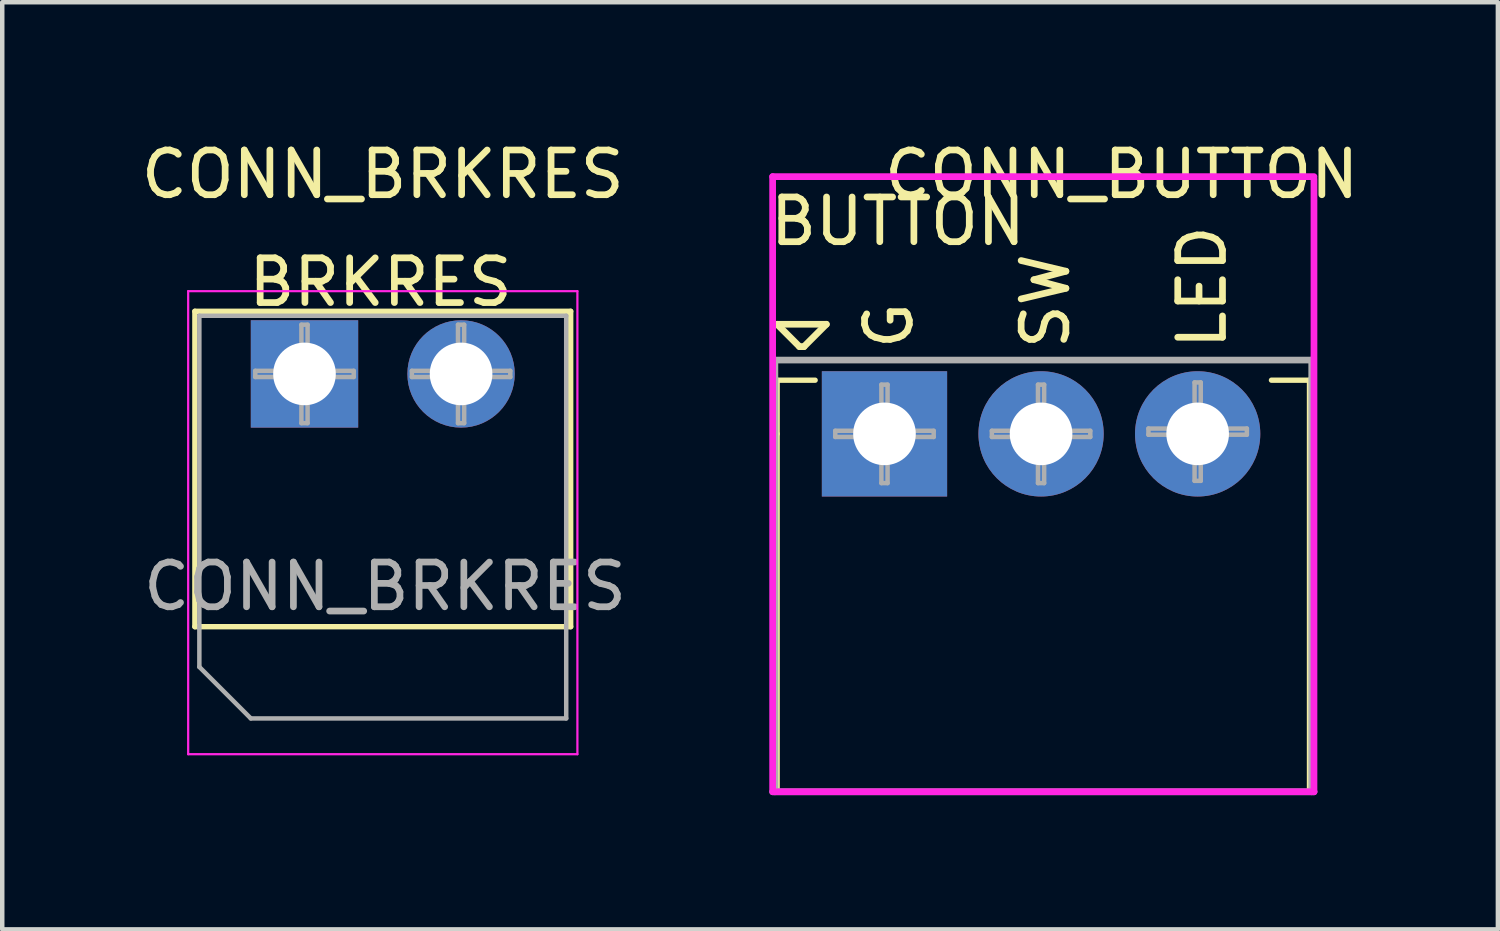
<source format=kicad_pcb>
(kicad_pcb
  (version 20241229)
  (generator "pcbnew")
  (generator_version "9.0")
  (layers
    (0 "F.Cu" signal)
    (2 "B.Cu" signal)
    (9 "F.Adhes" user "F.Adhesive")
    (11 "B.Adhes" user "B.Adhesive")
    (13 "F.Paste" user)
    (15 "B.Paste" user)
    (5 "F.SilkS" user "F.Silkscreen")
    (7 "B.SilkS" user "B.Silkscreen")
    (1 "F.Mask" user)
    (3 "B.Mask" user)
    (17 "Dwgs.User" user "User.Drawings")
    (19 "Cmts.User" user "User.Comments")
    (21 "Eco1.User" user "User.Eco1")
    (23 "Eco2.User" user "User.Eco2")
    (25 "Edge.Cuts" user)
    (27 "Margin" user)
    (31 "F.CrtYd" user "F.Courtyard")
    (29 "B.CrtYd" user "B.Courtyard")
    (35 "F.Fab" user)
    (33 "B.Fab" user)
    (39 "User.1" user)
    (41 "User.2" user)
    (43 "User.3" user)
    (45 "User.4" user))
  (footprint "CONN_BRKRES"
    (layer "F.Cu")
    (at 3.756 5.308)
    (property "Reference" "CONN_BRKRES" (at 1.75 -4.46 0) (layer "F.SilkS") (effects (font (size 1 1) (thickness 0.15))))
    (attr through_hole)
    (fp_line (start -2.45 -1.4) (end -2.45 5.65) (stroke (width 0.12) (type solid)) (layer "F.SilkS"))
    (fp_line (start -2.45 -1.4) (end 5.95 -1.4) (stroke (width 0.12) (type solid)) (layer "F.SilkS"))
    (fp_line (start -2.45 5.65) (end 5.95 5.65) (stroke (width 0.12) (type solid)) (layer "F.SilkS"))
    (fp_line (start 5.95 -1.4) (end 5.95 5.65) (stroke (width 0.12) (type solid)) (layer "F.SilkS"))
    (fp_line (start -2.6 -1.85) (end -2.6 8.5) (stroke (width 0.05) (type solid)) (layer "F.CrtYd"))
    (fp_line (start -2.6 8.5) (end 6.1 8.5) (stroke (width 0.05) (type solid)) (layer "F.CrtYd"))
    (fp_line (start 6.1 -1.85) (end -2.6 -1.85) (stroke (width 0.05) (type solid)) (layer "F.CrtYd"))
    (fp_line (start 6.1 8.5) (end 6.1 -1.85) (stroke (width 0.05) (type solid)) (layer "F.CrtYd"))
    (fp_line (start -2.35 -1.3) (end 5.85 -1.3) (stroke (width 0.1) (type solid)) (layer "F.Fab"))
    (fp_line (start -2.35 6.55) (end -2.35 -1.3) (stroke (width 0.1) (type solid)) (layer "F.Fab"))
    (fp_line (start -1.2 7.7) (end -2.35 6.55) (stroke (width 0.1) (type solid)) (layer "F.Fab"))
    (fp_line (start -1.1 -0.069) (end -0.069 -0.069) (stroke (width 0.1) (type solid)) (layer "F.Fab"))
    (fp_line (start -1.1 0.069) (end -1.1 -0.069) (stroke (width 0.1) (type solid)) (layer "F.Fab"))
    (fp_line (start -0.069 -1.1) (end 0.069 -1.1) (stroke (width 0.1) (type solid)) (layer "F.Fab"))
    (fp_line (start -0.069 -0.069) (end -0.069 -1.1) (stroke (width 0.1) (type solid)) (layer "F.Fab"))
    (fp_line (start -0.069 0.069) (end -1.1 0.069) (stroke (width 0.1) (type solid)) (layer "F.Fab"))
    (fp_line (start -0.069 1.1) (end -0.069 0.069) (stroke (width 0.1) (type solid)) (layer "F.Fab"))
    (fp_line (start 0.069 -1.1) (end 0.069 -0.069) (stroke (width 0.1) (type solid)) (layer "F.Fab"))
    (fp_line (start 0.069 -0.069) (end 1.1 -0.069) (stroke (width 0.1) (type solid)) (layer "F.Fab"))
    (fp_line (start 0.069 0.069) (end 0.069 1.1) (stroke (width 0.1) (type solid)) (layer "F.Fab"))
    (fp_line (start 0.069 1.1) (end -0.069 1.1) (stroke (width 0.1) (type solid)) (layer "F.Fab"))
    (fp_line (start 1.1 -0.069) (end 1.1 0.069) (stroke (width 0.1) (type solid)) (layer "F.Fab"))
    (fp_line (start 1.1 0.069) (end 0.069 0.069) (stroke (width 0.1) (type solid)) (layer "F.Fab"))
    (fp_line (start 2.4 -0.069) (end 3.431 -0.069) (stroke (width 0.1) (type solid)) (layer "F.Fab"))
    (fp_line (start 2.4 0.069) (end 2.4 -0.069) (stroke (width 0.1) (type solid)) (layer "F.Fab"))
    (fp_line (start 3.431 -1.1) (end 3.569 -1.1) (stroke (width 0.1) (type solid)) (layer "F.Fab"))
    (fp_line (start 3.431 -0.069) (end 3.431 -1.1) (stroke (width 0.1) (type solid)) (layer "F.Fab"))
    (fp_line (start 3.431 0.069) (end 2.4 0.069) (stroke (width 0.1) (type solid)) (layer "F.Fab"))
    (fp_line (start 3.431 1.1) (end 3.431 0.069) (stroke (width 0.1) (type solid)) (layer "F.Fab"))
    (fp_line (start 3.569 -1.1) (end 3.569 -0.069) (stroke (width 0.1) (type solid)) (layer "F.Fab"))
    (fp_line (start 3.569 -0.069) (end 4.6 -0.069) (stroke (width 0.1) (type solid)) (layer "F.Fab"))
    (fp_line (start 3.569 0.069) (end 3.569 1.1) (stroke (width 0.1) (type solid)) (layer "F.Fab"))
    (fp_line (start 3.569 1.1) (end 3.431 1.1) (stroke (width 0.1) (type solid)) (layer "F.Fab"))
    (fp_line (start 4.6 -0.069) (end 4.6 0.069) (stroke (width 0.1) (type solid)) (layer "F.Fab"))
    (fp_line (start 4.6 0.069) (end 3.569 0.069) (stroke (width 0.1) (type solid)) (layer "F.Fab"))
    (fp_line (start 5.85 -1.3) (end 5.85 7.7) (stroke (width 0.1) (type solid)) (layer "F.Fab"))
    (fp_line (start 5.85 7.7) (end -1.2 7.7) (stroke (width 0.1) (type solid)) (layer "F.Fab"))
    (fp_text user "BRKRES" (at 1.7 -2.05 180) (layer "F.SilkS") (effects (font (size 1 1) (thickness 0.15))))
    (fp_text user "${REFERENCE}" (at 1.8 4.75 0) (layer "F.Fab") (effects (font (size 1 1) (thickness 0.15))))
    (pad "1" thru_hole rect (at 0 0) (size 2.4 2.4) (drill 1.4) (layers "*.Cu" "*.Mask"))
    (pad "2" thru_hole circle (at 3.5 0) (size 2.4 2.4) (drill 1.4) (layers "*.Cu" "*.Mask")))
  (footprint "CONN_BUTTON"
    (layer "F.Cu")
    (at 16.72 6.648)
    (property "Reference" "CONN_BUTTON" (at 5.3 -5.8 0) (layer "F.SilkS") (effects (font (size 1 1) (thickness 0.15))))
    (attr through_hole)
    (fp_line (start -2.4 -2.45) (end -1.3 -2.45) (stroke (width 0.15) (type solid)) (layer "F.SilkS"))
    (fp_line (start -2.4 -1.2) (end -2.4 0) (stroke (width 0.12) (type solid)) (layer "F.SilkS"))
    (fp_line (start -2.4 -1.2) (end -1.55 -1.2) (stroke (width 0.12) (type solid)) (layer "F.SilkS"))
    (fp_line (start -2.4 0) (end -2.4 8) (stroke (width 0.12) (type solid)) (layer "F.SilkS"))
    (fp_line (start -2.4 8) (end 9.5 8) (stroke (width 0.12) (type solid)) (layer "F.SilkS"))
    (fp_line (start -1.9 -1.95) (end -2.4 -2.45) (stroke (width 0.15) (type solid)) (layer "F.SilkS"))
    (fp_line (start -1.9 -1.95) (end -1.8 -1.95) (stroke (width 0.15) (type solid)) (layer "F.SilkS"))
    (fp_line (start -1.3 -2.45) (end -1.8 -1.95) (stroke (width 0.15) (type solid)) (layer "F.SilkS"))
    (fp_line (start 9.5 -1.2) (end 8.65 -1.2) (stroke (width 0.12) (type solid)) (layer "F.SilkS"))
    (fp_line (start 9.5 -1.2) (end 9.5 8) (stroke (width 0.12) (type solid)) (layer "F.SilkS"))
    (fp_line (start -2.5 -5.75) (end -2.5 7.95) (stroke (width 0.15) (type solid)) (layer "F.CrtYd"))
    (fp_line (start -2.5 8) (end 9.6 8) (stroke (width 0.15) (type solid)) (layer "F.CrtYd"))
    (fp_line (start 9.6 -5.75) (end -2.5 -5.75) (stroke (width 0.15) (type solid)) (layer "F.CrtYd"))
    (fp_line (start 9.6 8) (end 9.6 -5.7) (stroke (width 0.15) (type solid)) (layer "F.CrtYd"))
    (fp_line (start -2.5 8) (end 9.6 8) (stroke (width 0.15) (type solid)) (layer "F.Fab"))
    (fp_line (start -2.45 -1.65) (end -2.45 8) (stroke (width 0.15) (type solid)) (layer "F.Fab"))
    (fp_line (start -1.1 -0.069) (end -0.069 -0.069) (stroke (width 0.1) (type solid)) (layer "F.Fab"))
    (fp_line (start -1.1 0.069) (end -1.1 -0.069) (stroke (width 0.1) (type solid)) (layer "F.Fab"))
    (fp_line (start -0.069 -1.1) (end 0.069 -1.1) (stroke (width 0.1) (type solid)) (layer "F.Fab"))
    (fp_line (start -0.069 -0.069) (end -0.069 -1.1) (stroke (width 0.1) (type solid)) (layer "F.Fab"))
    (fp_line (start -0.069 0.069) (end -1.1 0.069) (stroke (width 0.1) (type solid)) (layer "F.Fab"))
    (fp_line (start -0.069 1.1) (end -0.069 0.069) (stroke (width 0.1) (type solid)) (layer "F.Fab"))
    (fp_line (start 0.069 -1.1) (end 0.069 -0.069) (stroke (width 0.1) (type solid)) (layer "F.Fab"))
    (fp_line (start 0.069 -0.069) (end 1.1 -0.069) (stroke (width 0.1) (type solid)) (layer "F.Fab"))
    (fp_line (start 0.069 0.069) (end 0.069 1.1) (stroke (width 0.1) (type solid)) (layer "F.Fab"))
    (fp_line (start 0.069 1.1) (end -0.069 1.1) (stroke (width 0.1) (type solid)) (layer "F.Fab"))
    (fp_line (start 1.1 -0.069) (end 1.1 0.069) (stroke (width 0.1) (type solid)) (layer "F.Fab"))
    (fp_line (start 1.1 0.069) (end 0.069 0.069) (stroke (width 0.1) (type solid)) (layer "F.Fab"))
    (fp_line (start 2.4 -0.069) (end 3.431 -0.069) (stroke (width 0.1) (type solid)) (layer "F.Fab"))
    (fp_line (start 2.4 0.069) (end 2.4 -0.069) (stroke (width 0.1) (type solid)) (layer "F.Fab"))
    (fp_line (start 3.431 -1.1) (end 3.569 -1.1) (stroke (width 0.1) (type solid)) (layer "F.Fab"))
    (fp_line (start 3.431 -0.069) (end 3.431 -1.1) (stroke (width 0.1) (type solid)) (layer "F.Fab"))
    (fp_line (start 3.431 0.069) (end 2.4 0.069) (stroke (width 0.1) (type solid)) (layer "F.Fab"))
    (fp_line (start 3.431 1.1) (end 3.431 0.069) (stroke (width 0.1) (type solid)) (layer "F.Fab"))
    (fp_line (start 3.569 -1.1) (end 3.569 -0.069) (stroke (width 0.1) (type solid)) (layer "F.Fab"))
    (fp_line (start 3.569 -0.069) (end 4.6 -0.069) (stroke (width 0.1) (type solid)) (layer "F.Fab"))
    (fp_line (start 3.569 0.069) (end 3.569 1.1) (stroke (width 0.1) (type solid)) (layer "F.Fab"))
    (fp_line (start 3.569 1.1) (end 3.431 1.1) (stroke (width 0.1) (type solid)) (layer "F.Fab"))
    (fp_line (start 4.6 -0.069) (end 4.6 0.069) (stroke (width 0.1) (type solid)) (layer "F.Fab"))
    (fp_line (start 4.6 0.069) (end 3.569 0.069) (stroke (width 0.1) (type solid)) (layer "F.Fab"))
    (fp_line (start 5.9 -0.119) (end 6.931 -0.119) (stroke (width 0.1) (type solid)) (layer "F.Fab"))
    (fp_line (start 5.9 0.019) (end 5.9 -0.119) (stroke (width 0.1) (type solid)) (layer "F.Fab"))
    (fp_line (start 6.931 -1.15) (end 7.069 -1.15) (stroke (width 0.1) (type solid)) (layer "F.Fab"))
    (fp_line (start 6.931 -0.119) (end 6.931 -1.15) (stroke (width 0.1) (type solid)) (layer "F.Fab"))
    (fp_line (start 6.931 0.019) (end 5.9 0.019) (stroke (width 0.1) (type solid)) (layer "F.Fab"))
    (fp_line (start 6.931 1.05) (end 6.931 0.019) (stroke (width 0.1) (type solid)) (layer "F.Fab"))
    (fp_line (start 7.069 -1.15) (end 7.069 -0.119) (stroke (width 0.1) (type solid)) (layer "F.Fab"))
    (fp_line (start 7.069 -0.119) (end 8.1 -0.119) (stroke (width 0.1) (type solid)) (layer "F.Fab"))
    (fp_line (start 7.069 0.019) (end 7.069 1.05) (stroke (width 0.1) (type solid)) (layer "F.Fab"))
    (fp_line (start 7.069 1.05) (end 6.931 1.05) (stroke (width 0.1) (type solid)) (layer "F.Fab"))
    (fp_line (start 8.1 -0.119) (end 8.1 0.019) (stroke (width 0.1) (type solid)) (layer "F.Fab"))
    (fp_line (start 8.1 0.019) (end 7.069 0.019) (stroke (width 0.1) (type solid)) (layer "F.Fab"))
    (fp_line (start 9.55 -1.65) (end -2.45 -1.65) (stroke (width 0.15) (type solid)) (layer "F.Fab"))
    (fp_line (start 9.55 8) (end 9.55 -1.65) (stroke (width 0.15) (type solid)) (layer "F.Fab"))
    (fp_text user "SW" (at 3.6 -2.969 90) (layer "F.SilkS") (effects (font (size 1 1) (thickness 0.15))))
    (fp_text user "G" (at 0.1 -2.421 90) (layer "F.SilkS") (effects (font (size 1 1) (thickness 0.15))))
    (fp_text user "LED" (at 7.1 -3.279 90) (layer "F.SilkS") (effects (font (size 1 1) (thickness 0.15))))
    (fp_text user "BUTTON" (at 0.3 -4.75 0) (layer "F.SilkS") (effects (font (size 1 1) (thickness 0.15))))
    (pad "1" thru_hole rect (at 0 0) (size 2.8 2.8) (drill 1.4) (layers "*.Cu" "*.Mask"))
    (pad "2" thru_hole circle (at 3.5 0) (size 2.8 2.8) (drill 1.4) (layers "*.Cu" "*.Mask"))
    (pad "3" thru_hole circle (at 7 0) (size 2.8 2.8) (drill 1.4) (layers "*.Cu" "*.Mask")))
  (gr_rect
    (start -3 -3)
    (end 30.431 17.723)
    (stroke (width 0.1) (type default))
    (fill no)
    (layer "Edge.Cuts")))
</source>
